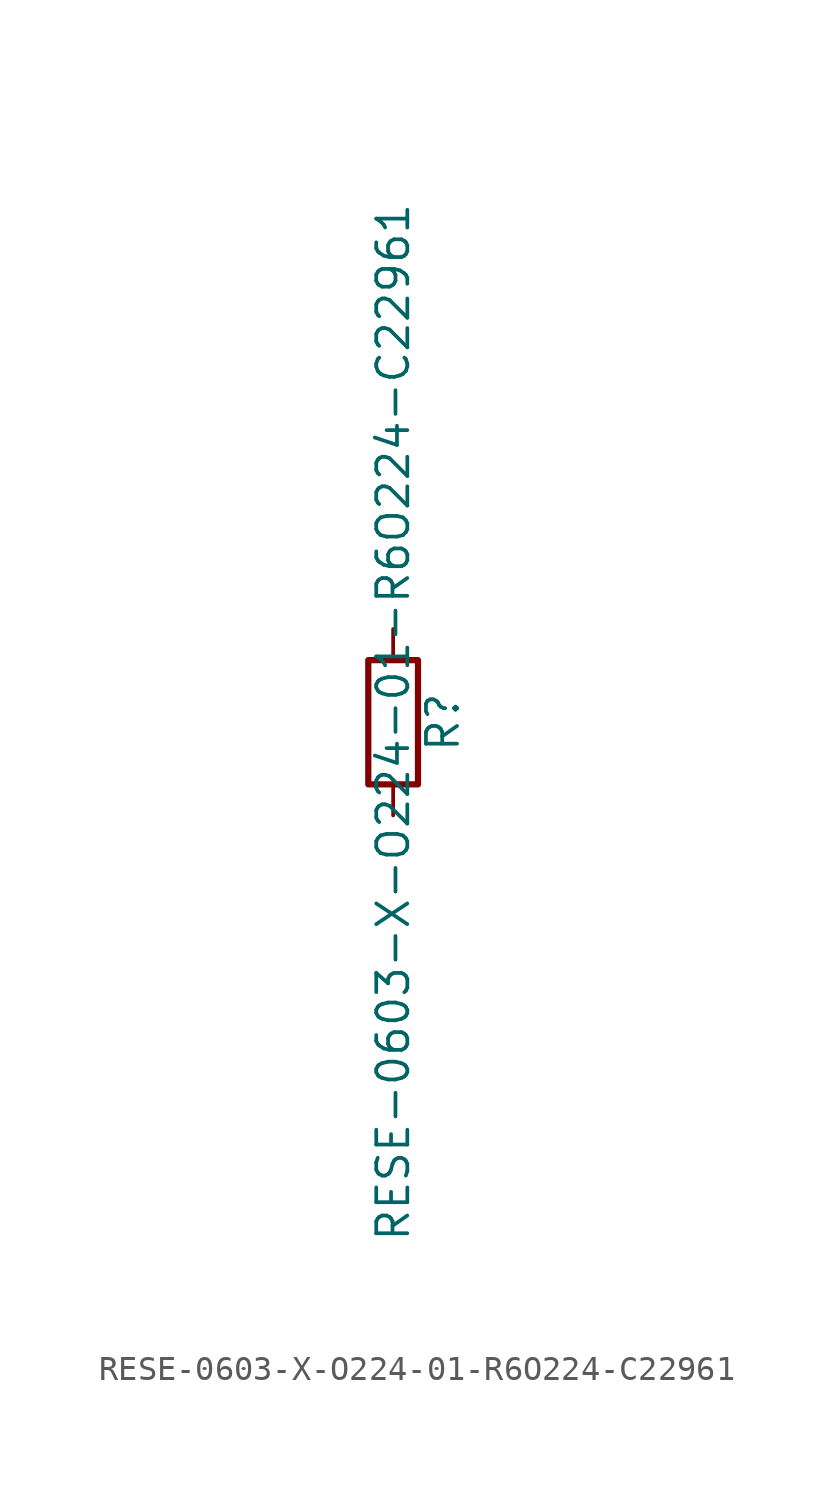
<source format=kicad_sym>
(kicad_symbol_lib
  (version 20211014)
  (generator kicad_symbol_editor)
  (symbol "RESE-0603-X-O224-01-R6O224-C22961"
    (pin_numbers hide)
    (pin_names
      (offset 0))
    (property "Reference" "R"
      (at 2.032 0 90)
      (effects (font (size 1.27 1.27))))
    (property "Value" "RESE-0603-X-O224-01-R6O224-C22961"
      (at 0 0 90)
      (effects (font (size 1.27 1.27))))
    (symbol "RESE-0603-X-O224-01-R6O224-C22961_0_1"
      (rectangle (start -1.016 -2.54) (end 1.016 2.54) (stroke (width 0.254) (type default) (color 0 0 0 0)) (fill (type none))))
    (symbol "RESE-0603-X-O224-01-R6O224-C22961_1_1"
      (pin passive line (at 0 3.81 270) (length 1.27) (name "~" (effects (font (size 1.27 1.27)))) (number "1" (effects (font (size 1.27 1.27)))))
      (pin passive line (at 0 -3.81 90) (length 1.27) (name "~" (effects (font (size 1.27 1.27)))) (number "2" (effects (font (size 1.27 1.27))))))))
</source>
